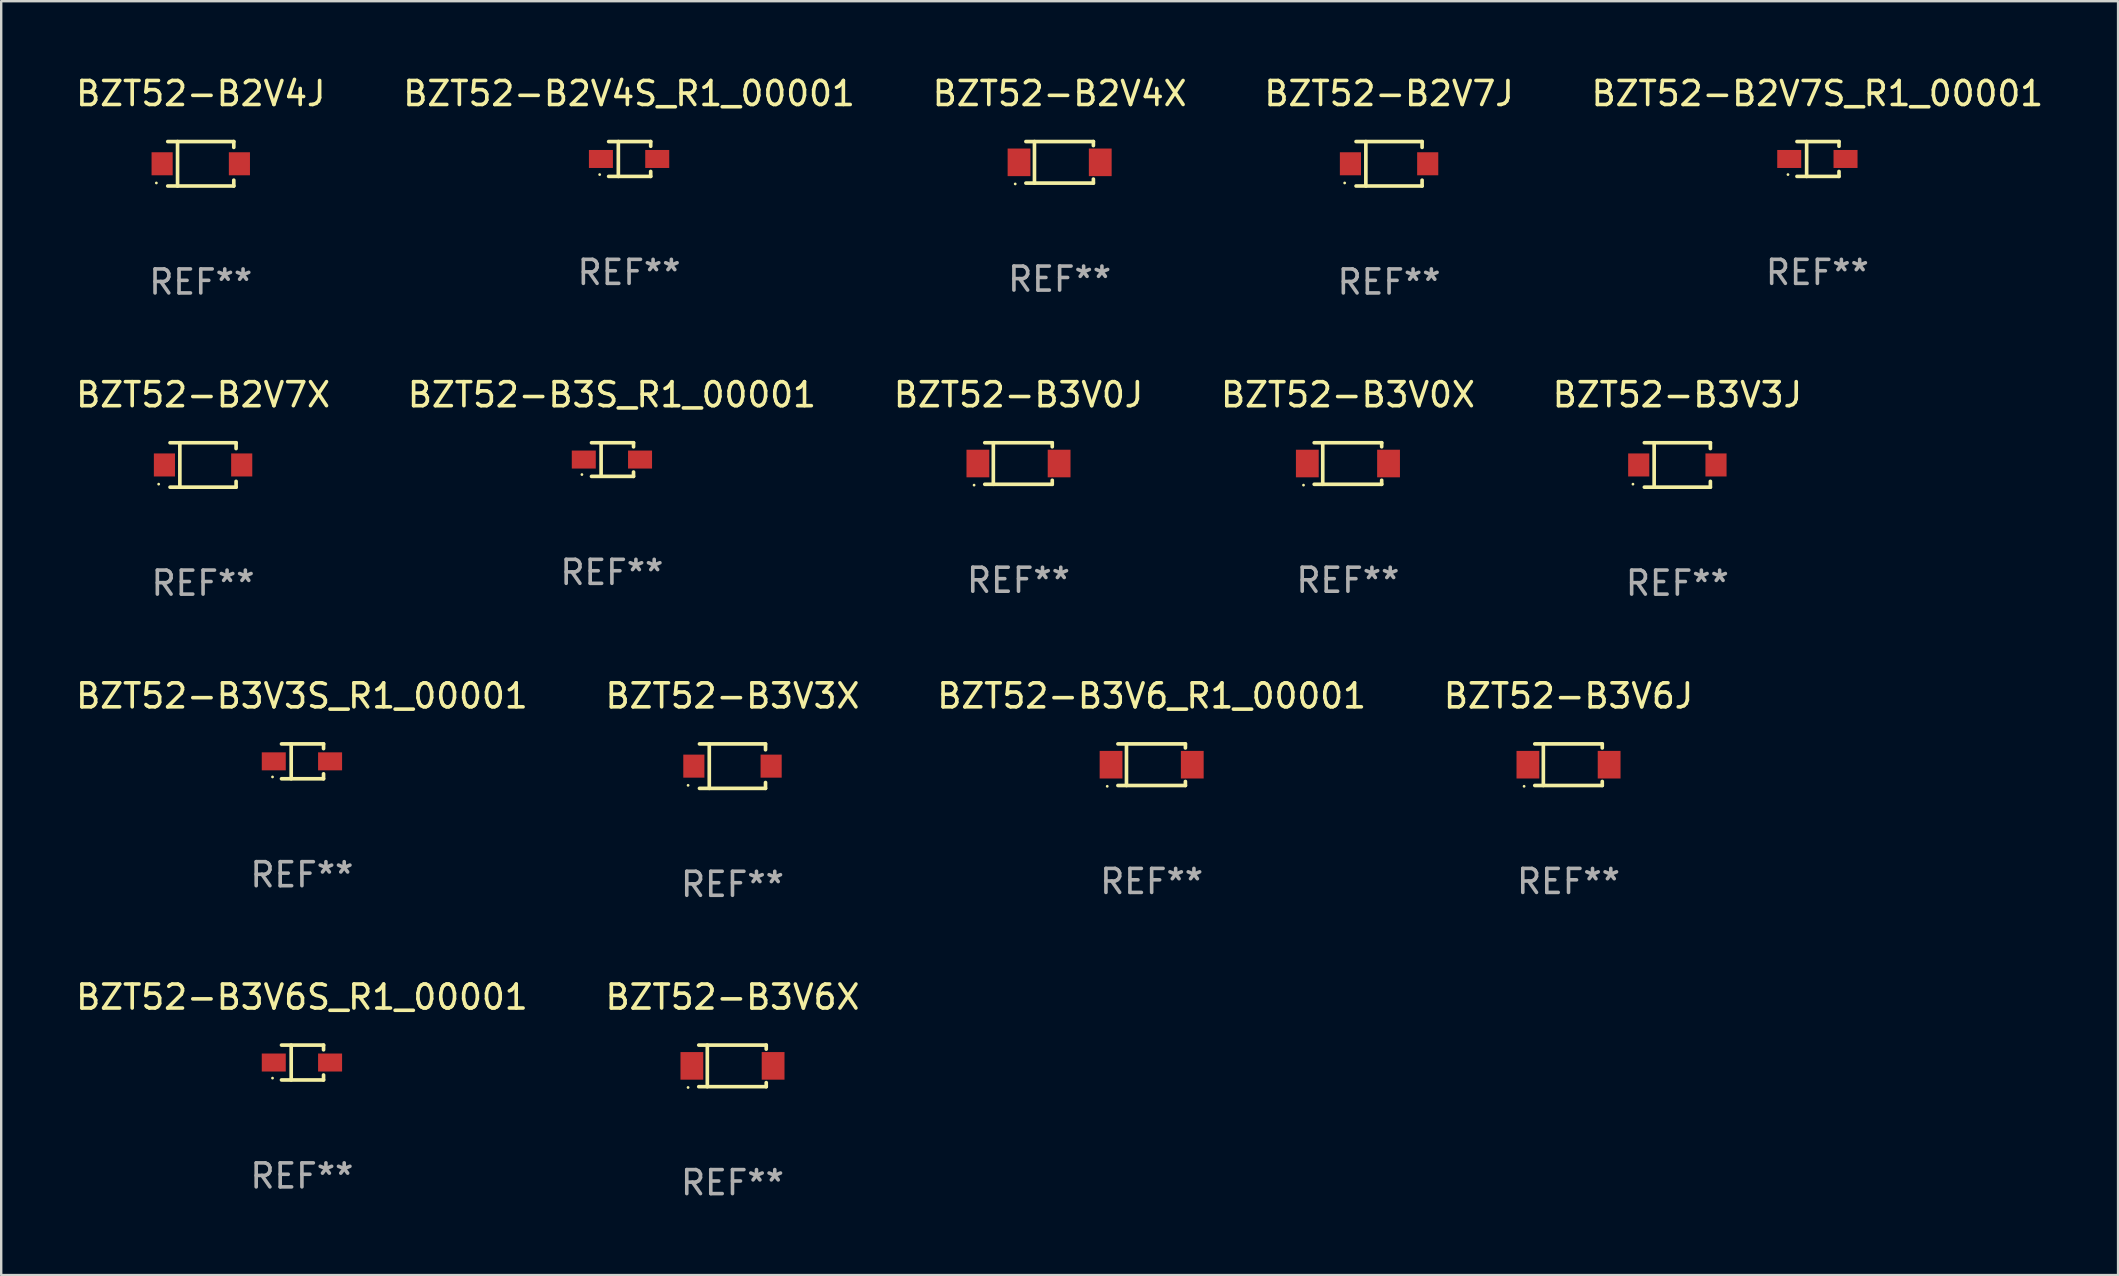
<source format=kicad_pcb>
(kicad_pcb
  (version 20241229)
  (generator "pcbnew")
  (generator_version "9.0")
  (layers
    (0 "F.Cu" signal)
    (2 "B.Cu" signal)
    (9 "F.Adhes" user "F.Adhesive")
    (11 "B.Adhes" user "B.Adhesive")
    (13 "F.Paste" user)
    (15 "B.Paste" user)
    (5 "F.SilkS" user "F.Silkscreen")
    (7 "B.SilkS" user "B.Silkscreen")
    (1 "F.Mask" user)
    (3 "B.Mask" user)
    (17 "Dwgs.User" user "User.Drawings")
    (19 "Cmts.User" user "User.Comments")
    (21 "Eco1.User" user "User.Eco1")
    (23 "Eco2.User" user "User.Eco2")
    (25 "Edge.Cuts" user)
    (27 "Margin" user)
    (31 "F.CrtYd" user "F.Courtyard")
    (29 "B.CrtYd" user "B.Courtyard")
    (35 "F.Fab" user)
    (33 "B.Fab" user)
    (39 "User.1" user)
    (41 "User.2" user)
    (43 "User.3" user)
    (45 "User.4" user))
  (footprint "BZT52-B3V3X"
    (layer "F.Cu")
    (at 27.47 28.872)
    (property "Reference" "BZT52-B3V3X" (at 0 -2.926 0) (layer "F.SilkS") (effects (font (size 1 1) (thickness 0.15))))
    (attr through_hole)
    (fp_line (start -1.376 -0.926) (end 1.376 -0.926) (stroke (width 0.152) (type solid)) (layer "F.SilkS"))
    (fp_line (start -1.376 0.926) (end 1.376 0.926) (stroke (width 0.152) (type solid)) (layer "F.SilkS"))
    (fp_line (start -0.967 -0.926) (end -0.967 0.926) (stroke (width 0.152) (type solid)) (layer "F.SilkS"))
    (fp_line (start 1.376 -0.926) (end 1.376 -0.683) (stroke (width 0.152) (type solid)) (layer "F.SilkS"))
    (fp_line (start 1.376 0.926) (end 1.376 0.683) (stroke (width 0.152) (type solid)) (layer "F.SilkS"))
    (fp_circle (center -1.85 0.8) (end -1.82 0.8) (stroke (width 0.06) (type solid)) (fill no) (layer "F.SilkS"))
    (fp_text user "REF**" (at 0 4.926 0) (layer "F.Fab") (effects (font (size 1 1) (thickness 0.15))))
    (pad "1" smd rect (at -1.61 0) (size 0.88 0.96) (layers "F.Cu" "F.Mask" "F.Paste"))
    (pad "2" smd rect (at 1.61 0) (size 0.88 0.96) (layers "F.Cu" "F.Mask" "F.Paste")))
  (footprint "BZT52-B3V0J"
    (layer "F.Cu")
    (at 39.387 16.263)
    (property "Reference" "BZT52-B3V0J" (at 0 -2.866 0) (layer "F.SilkS") (effects (font (size 1 1) (thickness 0.15))))
    (attr through_hole)
    (fp_line (start -1.406 -0.866) (end 1.406 -0.866) (stroke (width 0.152) (type solid)) (layer "F.SilkS"))
    (fp_line (start -1.406 0.866) (end 1.406 0.866) (stroke (width 0.152) (type solid)) (layer "F.SilkS"))
    (fp_line (start -1.049 -0.866) (end -1.049 0.866) (stroke (width 0.152) (type solid)) (layer "F.SilkS"))
    (fp_line (start 1.406 -0.866) (end 1.406 -0.698) (stroke (width 0.152) (type solid)) (layer "F.SilkS"))
    (fp_line (start 1.406 0.866) (end 1.406 0.698) (stroke (width 0.152) (type solid)) (layer "F.SilkS"))
    (fp_circle (center -1.851 0.9) (end -1.821 0.9) (stroke (width 0.06) (type solid)) (fill no) (layer "F.SilkS"))
    (fp_text user "REF**" (at 0 4.866 0) (layer "F.Fab") (effects (font (size 1 1) (thickness 0.15))))
    (pad "1" smd rect (at -1.692 0) (size 0.95 1.15) (layers "F.Cu" "F.Mask" "F.Paste"))
    (pad "2" smd rect (at 1.692 0) (size 0.95 1.15) (layers "F.Cu" "F.Mask" "F.Paste")))
  (footprint "BZT52-B2V4J"
    (layer "F.Cu")
    (at 5.315 3.774)
    (property "Reference" "BZT52-B2V4J" (at 0 -2.926 0) (layer "F.SilkS") (effects (font (size 1 1) (thickness 0.15))))
    (attr through_hole)
    (fp_line (start -1.376 -0.926) (end 1.376 -0.926) (stroke (width 0.152) (type solid)) (layer "F.SilkS"))
    (fp_line (start -1.376 0.926) (end 1.376 0.926) (stroke (width 0.152) (type solid)) (layer "F.SilkS"))
    (fp_line (start -0.967 -0.926) (end -0.967 0.926) (stroke (width 0.152) (type solid)) (layer "F.SilkS"))
    (fp_line (start 1.376 -0.926) (end 1.376 -0.683) (stroke (width 0.152) (type solid)) (layer "F.SilkS"))
    (fp_line (start 1.376 0.926) (end 1.376 0.683) (stroke (width 0.152) (type solid)) (layer "F.SilkS"))
    (fp_circle (center -1.85 0.8) (end -1.82 0.8) (stroke (width 0.06) (type solid)) (fill no) (layer "F.SilkS"))
    (fp_text user "REF**" (at 0 4.926 0) (layer "F.Fab") (effects (font (size 1 1) (thickness 0.15))))
    (pad "1" smd rect (at -1.61 0) (size 0.88 0.96) (layers "F.Cu" "F.Mask" "F.Paste"))
    (pad "2" smd rect (at 1.61 0) (size 0.88 0.96) (layers "F.Cu" "F.Mask" "F.Paste")))
  (footprint "BZT52-B2V4S_R1_00001"
    (layer "F.Cu")
    (at 23.161 3.574)
    (property "Reference" "BZT52-B2V4S_R1_00001" (at 0 -2.726 0) (layer "F.SilkS") (effects (font (size 1 1) (thickness 0.15))))
    (attr through_hole)
    (fp_line (start -0.851 -0.726) (end 0.901 -0.726) (stroke (width 0.152) (type solid)) (layer "F.SilkS"))
    (fp_line (start -0.851 0.726) (end 0.901 0.726) (stroke (width 0.152) (type solid)) (layer "F.SilkS"))
    (fp_line (start -0.447 -0.726) (end -0.447 0.726) (stroke (width 0.152) (type solid)) (layer "F.SilkS"))
    (fp_line (start 0.901 -0.726) (end 0.901 -0.53) (stroke (width 0.152) (type solid)) (layer "F.SilkS"))
    (fp_line (start 0.901 0.726) (end 0.901 0.52) (stroke (width 0.152) (type solid)) (layer "F.SilkS"))
    (fp_circle (center -1.225 0.65) (end -1.195 0.65) (stroke (width 0.06) (type solid)) (fill no) (layer "F.SilkS"))
    (fp_text user "REF**" (at 0 4.726 0) (layer "F.Fab") (effects (font (size 1 1) (thickness 0.15))))
    (pad "1" smd rect (at -1.173 0) (size 1 0.75) (layers "F.Cu" "F.Mask" "F.Paste"))
    (pad "2" smd rect (at 1.173 0) (size 1 0.75) (layers "F.Cu" "F.Mask" "F.Paste")))
  (footprint "BZT52-B2V7S_R1_00001"
    (layer "F.Cu")
    (at 72.673 3.574)
    (property "Reference" "BZT52-B2V7S_R1_00001" (at 0 -2.726 0) (layer "F.SilkS") (effects (font (size 1 1) (thickness 0.15))))
    (attr through_hole)
    (fp_line (start -0.851 -0.726) (end 0.901 -0.726) (stroke (width 0.152) (type solid)) (layer "F.SilkS"))
    (fp_line (start -0.851 0.726) (end 0.901 0.726) (stroke (width 0.152) (type solid)) (layer "F.SilkS"))
    (fp_line (start -0.447 -0.726) (end -0.447 0.726) (stroke (width 0.152) (type solid)) (layer "F.SilkS"))
    (fp_line (start 0.901 -0.726) (end 0.901 -0.53) (stroke (width 0.152) (type solid)) (layer "F.SilkS"))
    (fp_line (start 0.901 0.726) (end 0.901 0.52) (stroke (width 0.152) (type solid)) (layer "F.SilkS"))
    (fp_circle (center -1.225 0.65) (end -1.195 0.65) (stroke (width 0.06) (type solid)) (fill no) (layer "F.SilkS"))
    (fp_text user "REF**" (at 0 4.726 0) (layer "F.Fab") (effects (font (size 1 1) (thickness 0.15))))
    (pad "1" smd rect (at -1.173 0) (size 1 0.75) (layers "F.Cu" "F.Mask" "F.Paste"))
    (pad "2" smd rect (at 1.173 0) (size 1 0.75) (layers "F.Cu" "F.Mask" "F.Paste")))
  (footprint "BZT52-B3V6_R1_00001"
    (layer "F.Cu")
    (at 44.935 28.812)
    (property "Reference" "BZT52-B3V6_R1_00001" (at 0 -2.866 0) (layer "F.SilkS") (effects (font (size 1 1) (thickness 0.15))))
    (attr through_hole)
    (fp_line (start -1.406 -0.866) (end 1.406 -0.866) (stroke (width 0.152) (type solid)) (layer "F.SilkS"))
    (fp_line (start -1.406 0.866) (end 1.406 0.866) (stroke (width 0.152) (type solid)) (layer "F.SilkS"))
    (fp_line (start -1.049 -0.866) (end -1.049 0.866) (stroke (width 0.152) (type solid)) (layer "F.SilkS"))
    (fp_line (start 1.406 -0.866) (end 1.406 -0.698) (stroke (width 0.152) (type solid)) (layer "F.SilkS"))
    (fp_line (start 1.406 0.866) (end 1.406 0.698) (stroke (width 0.152) (type solid)) (layer "F.SilkS"))
    (fp_circle (center -1.851 0.9) (end -1.821 0.9) (stroke (width 0.06) (type solid)) (fill no) (layer "F.SilkS"))
    (fp_text user "REF**" (at 0 4.866 0) (layer "F.Fab") (effects (font (size 1 1) (thickness 0.15))))
    (pad "1" smd rect (at -1.692 0) (size 0.95 1.15) (layers "F.Cu" "F.Mask" "F.Paste"))
    (pad "2" smd rect (at 1.692 0) (size 0.95 1.15) (layers "F.Cu" "F.Mask" "F.Paste")))
  (footprint "BZT52-B2V4X"
    (layer "F.Cu")
    (at 41.101 3.714)
    (property "Reference" "BZT52-B2V4X" (at 0 -2.866 0) (layer "F.SilkS") (effects (font (size 1 1) (thickness 0.15))))
    (attr through_hole)
    (fp_line (start -1.406 -0.866) (end 1.406 -0.866) (stroke (width 0.152) (type solid)) (layer "F.SilkS"))
    (fp_line (start -1.406 0.866) (end 1.406 0.866) (stroke (width 0.152) (type solid)) (layer "F.SilkS"))
    (fp_line (start -1.049 -0.866) (end -1.049 0.866) (stroke (width 0.152) (type solid)) (layer "F.SilkS"))
    (fp_line (start 1.406 -0.866) (end 1.406 -0.698) (stroke (width 0.152) (type solid)) (layer "F.SilkS"))
    (fp_line (start 1.406 0.866) (end 1.406 0.698) (stroke (width 0.152) (type solid)) (layer "F.SilkS"))
    (fp_circle (center -1.851 0.9) (end -1.821 0.9) (stroke (width 0.06) (type solid)) (fill no) (layer "F.SilkS"))
    (fp_text user "REF**" (at 0 4.866 0) (layer "F.Fab") (effects (font (size 1 1) (thickness 0.15))))
    (pad "1" smd rect (at -1.692 0) (size 0.95 1.15) (layers "F.Cu" "F.Mask" "F.Paste"))
    (pad "2" smd rect (at 1.692 0) (size 0.95 1.15) (layers "F.Cu" "F.Mask" "F.Paste")))
  (footprint "BZT52-B3V6S_R1_00001"
    (layer "F.Cu")
    (at 9.53 41.221)
    (property "Reference" "BZT52-B3V6S_R1_00001" (at 0 -2.726 0) (layer "F.SilkS") (effects (font (size 1 1) (thickness 0.15))))
    (attr through_hole)
    (fp_line (start -0.851 -0.726) (end 0.901 -0.726) (stroke (width 0.152) (type solid)) (layer "F.SilkS"))
    (fp_line (start -0.851 0.726) (end 0.901 0.726) (stroke (width 0.152) (type solid)) (layer "F.SilkS"))
    (fp_line (start -0.447 -0.726) (end -0.447 0.726) (stroke (width 0.152) (type solid)) (layer "F.SilkS"))
    (fp_line (start 0.901 -0.726) (end 0.901 -0.53) (stroke (width 0.152) (type solid)) (layer "F.SilkS"))
    (fp_line (start 0.901 0.726) (end 0.901 0.52) (stroke (width 0.152) (type solid)) (layer "F.SilkS"))
    (fp_circle (center -1.225 0.65) (end -1.195 0.65) (stroke (width 0.06) (type solid)) (fill no) (layer "F.SilkS"))
    (fp_text user "REF**" (at 0 4.726 0) (layer "F.Fab") (effects (font (size 1 1) (thickness 0.15))))
    (pad "1" smd rect (at -1.173 0) (size 1 0.75) (layers "F.Cu" "F.Mask" "F.Paste"))
    (pad "2" smd rect (at 1.173 0) (size 1 0.75) (layers "F.Cu" "F.Mask" "F.Paste")))
  (footprint "BZT52-B2V7X"
    (layer "F.Cu")
    (at 5.411 16.323)
    (property "Reference" "BZT52-B2V7X" (at 0 -2.926 0) (layer "F.SilkS") (effects (font (size 1 1) (thickness 0.15))))
    (attr through_hole)
    (fp_line (start -1.376 -0.926) (end 1.376 -0.926) (stroke (width 0.152) (type solid)) (layer "F.SilkS"))
    (fp_line (start -1.376 0.926) (end 1.376 0.926) (stroke (width 0.152) (type solid)) (layer "F.SilkS"))
    (fp_line (start -0.967 -0.926) (end -0.967 0.926) (stroke (width 0.152) (type solid)) (layer "F.SilkS"))
    (fp_line (start 1.376 -0.926) (end 1.376 -0.683) (stroke (width 0.152) (type solid)) (layer "F.SilkS"))
    (fp_line (start 1.376 0.926) (end 1.376 0.683) (stroke (width 0.152) (type solid)) (layer "F.SilkS"))
    (fp_circle (center -1.85 0.8) (end -1.82 0.8) (stroke (width 0.06) (type solid)) (fill no) (layer "F.SilkS"))
    (fp_text user "REF**" (at 0 4.926 0) (layer "F.Fab") (effects (font (size 1 1) (thickness 0.15))))
    (pad "1" smd rect (at -1.61 0) (size 0.88 0.96) (layers "F.Cu" "F.Mask" "F.Paste"))
    (pad "2" smd rect (at 1.61 0) (size 0.88 0.96) (layers "F.Cu" "F.Mask" "F.Paste")))
  (footprint "BZT52-B2V7J"
    (layer "F.Cu")
    (at 54.827 3.774)
    (property "Reference" "BZT52-B2V7J" (at 0 -2.926 0) (layer "F.SilkS") (effects (font (size 1 1) (thickness 0.15))))
    (attr through_hole)
    (fp_line (start -1.376 -0.926) (end 1.376 -0.926) (stroke (width 0.152) (type solid)) (layer "F.SilkS"))
    (fp_line (start -1.376 0.926) (end 1.376 0.926) (stroke (width 0.152) (type solid)) (layer "F.SilkS"))
    (fp_line (start -0.967 -0.926) (end -0.967 0.926) (stroke (width 0.152) (type solid)) (layer "F.SilkS"))
    (fp_line (start 1.376 -0.926) (end 1.376 -0.683) (stroke (width 0.152) (type solid)) (layer "F.SilkS"))
    (fp_line (start 1.376 0.926) (end 1.376 0.683) (stroke (width 0.152) (type solid)) (layer "F.SilkS"))
    (fp_circle (center -1.85 0.8) (end -1.82 0.8) (stroke (width 0.06) (type solid)) (fill no) (layer "F.SilkS"))
    (fp_text user "REF**" (at 0 4.926 0) (layer "F.Fab") (effects (font (size 1 1) (thickness 0.15))))
    (pad "1" smd rect (at -1.61 0) (size 0.88 0.96) (layers "F.Cu" "F.Mask" "F.Paste"))
    (pad "2" smd rect (at 1.61 0) (size 0.88 0.96) (layers "F.Cu" "F.Mask" "F.Paste")))
  (footprint "BZT52-B3V3S_R1_00001"
    (layer "F.Cu")
    (at 9.53 28.672)
    (property "Reference" "BZT52-B3V3S_R1_00001" (at 0 -2.726 0) (layer "F.SilkS") (effects (font (size 1 1) (thickness 0.15))))
    (attr through_hole)
    (fp_line (start -0.851 -0.726) (end 0.901 -0.726) (stroke (width 0.152) (type solid)) (layer "F.SilkS"))
    (fp_line (start -0.851 0.726) (end 0.901 0.726) (stroke (width 0.152) (type solid)) (layer "F.SilkS"))
    (fp_line (start -0.447 -0.726) (end -0.447 0.726) (stroke (width 0.152) (type solid)) (layer "F.SilkS"))
    (fp_line (start 0.901 -0.726) (end 0.901 -0.53) (stroke (width 0.152) (type solid)) (layer "F.SilkS"))
    (fp_line (start 0.901 0.726) (end 0.901 0.52) (stroke (width 0.152) (type solid)) (layer "F.SilkS"))
    (fp_circle (center -1.225 0.65) (end -1.195 0.65) (stroke (width 0.06) (type solid)) (fill no) (layer "F.SilkS"))
    (fp_text user "REF**" (at 0 4.726 0) (layer "F.Fab") (effects (font (size 1 1) (thickness 0.15))))
    (pad "1" smd rect (at -1.173 0) (size 1 0.75) (layers "F.Cu" "F.Mask" "F.Paste"))
    (pad "2" smd rect (at 1.173 0) (size 1 0.75) (layers "F.Cu" "F.Mask" "F.Paste")))
  (footprint "BZT52-B3V6J"
    (layer "F.Cu")
    (at 62.304 28.812)
    (property "Reference" "BZT52-B3V6J" (at 0 -2.866 0) (layer "F.SilkS") (effects (font (size 1 1) (thickness 0.15))))
    (attr through_hole)
    (fp_line (start -1.406 -0.866) (end 1.406 -0.866) (stroke (width 0.152) (type solid)) (layer "F.SilkS"))
    (fp_line (start -1.406 0.866) (end 1.406 0.866) (stroke (width 0.152) (type solid)) (layer "F.SilkS"))
    (fp_line (start -1.049 -0.866) (end -1.049 0.866) (stroke (width 0.152) (type solid)) (layer "F.SilkS"))
    (fp_line (start 1.406 -0.866) (end 1.406 -0.698) (stroke (width 0.152) (type solid)) (layer "F.SilkS"))
    (fp_line (start 1.406 0.866) (end 1.406 0.698) (stroke (width 0.152) (type solid)) (layer "F.SilkS"))
    (fp_circle (center -1.851 0.9) (end -1.821 0.9) (stroke (width 0.06) (type solid)) (fill no) (layer "F.SilkS"))
    (fp_text user "REF**" (at 0 4.866 0) (layer "F.Fab") (effects (font (size 1 1) (thickness 0.15))))
    (pad "1" smd rect (at -1.692 0) (size 0.95 1.15) (layers "F.Cu" "F.Mask" "F.Paste"))
    (pad "2" smd rect (at 1.692 0) (size 0.95 1.15) (layers "F.Cu" "F.Mask" "F.Paste")))
  (footprint "BZT52-B3S_R1_00001"
    (layer "F.Cu")
    (at 22.446 16.098)
    (property "Reference" "BZT52-B3S_R1_00001" (at 0 -2.701 0) (layer "F.SilkS") (effects (font (size 1 1) (thickness 0.15))))
    (attr through_hole)
    (fp_line (start -0.851 -0.701) (end 0.901 -0.701) (stroke (width 0.152) (type solid)) (layer "F.SilkS"))
    (fp_line (start -0.851 0.701) (end 0.901 0.701) (stroke (width 0.152) (type solid)) (layer "F.SilkS"))
    (fp_line (start -0.45 -0.7) (end -0.45 0.69) (stroke (width 0.152) (type solid)) (layer "F.SilkS"))
    (fp_line (start 0.9 -0.7) (end 0.901 -0.53) (stroke (width 0.152) (type solid)) (layer "F.SilkS"))
    (fp_line (start 0.9 0.7) (end 0.901 0.52) (stroke (width 0.152) (type solid)) (layer "F.SilkS"))
    (fp_circle (center -1.25 0.625) (end -1.22 0.625) (stroke (width 0.06) (type solid)) (fill no) (layer "F.SilkS"))
    (fp_text user "REF**" (at 0 4.701 0) (layer "F.Fab") (effects (font (size 1 1) (thickness 0.15))))
    (pad "1" smd rect (at -1.172 -0.000102) (size 1 0.75) (layers "F.Cu" "F.Mask" "F.Paste"))
    (pad "2" smd rect (at 1.172 -0.000102) (size 1 0.75) (layers "F.Cu" "F.Mask" "F.Paste")))
  (footprint "BZT52-B3V3J"
    (layer "F.Cu")
    (at 66.839 16.323)
    (property "Reference" "BZT52-B3V3J" (at 0 -2.926 0) (layer "F.SilkS") (effects (font (size 1 1) (thickness 0.15))))
    (attr through_hole)
    (fp_line (start -1.376 -0.926) (end 1.376 -0.926) (stroke (width 0.152) (type solid)) (layer "F.SilkS"))
    (fp_line (start -1.376 0.926) (end 1.376 0.926) (stroke (width 0.152) (type solid)) (layer "F.SilkS"))
    (fp_line (start -0.967 -0.926) (end -0.967 0.926) (stroke (width 0.152) (type solid)) (layer "F.SilkS"))
    (fp_line (start 1.376 -0.926) (end 1.376 -0.683) (stroke (width 0.152) (type solid)) (layer "F.SilkS"))
    (fp_line (start 1.376 0.926) (end 1.376 0.683) (stroke (width 0.152) (type solid)) (layer "F.SilkS"))
    (fp_circle (center -1.85 0.8) (end -1.82 0.8) (stroke (width 0.06) (type solid)) (fill no) (layer "F.SilkS"))
    (fp_text user "REF**" (at 0 4.926 0) (layer "F.Fab") (effects (font (size 1 1) (thickness 0.15))))
    (pad "1" smd rect (at -1.61 0) (size 0.88 0.96) (layers "F.Cu" "F.Mask" "F.Paste"))
    (pad "2" smd rect (at 1.61 0) (size 0.88 0.96) (layers "F.Cu" "F.Mask" "F.Paste")))
  (footprint "BZT52-B3V0X"
    (layer "F.Cu")
    (at 53.113 16.263)
    (property "Reference" "BZT52-B3V0X" (at 0 -2.866 0) (layer "F.SilkS") (effects (font (size 1 1) (thickness 0.15))))
    (attr through_hole)
    (fp_line (start -1.406 -0.866) (end 1.406 -0.866) (stroke (width 0.152) (type solid)) (layer "F.SilkS"))
    (fp_line (start -1.406 0.866) (end 1.406 0.866) (stroke (width 0.152) (type solid)) (layer "F.SilkS"))
    (fp_line (start -1.049 -0.866) (end -1.049 0.866) (stroke (width 0.152) (type solid)) (layer "F.SilkS"))
    (fp_line (start 1.406 -0.866) (end 1.406 -0.698) (stroke (width 0.152) (type solid)) (layer "F.SilkS"))
    (fp_line (start 1.406 0.866) (end 1.406 0.698) (stroke (width 0.152) (type solid)) (layer "F.SilkS"))
    (fp_circle (center -1.851 0.9) (end -1.821 0.9) (stroke (width 0.06) (type solid)) (fill no) (layer "F.SilkS"))
    (fp_text user "REF**" (at 0 4.866 0) (layer "F.Fab") (effects (font (size 1 1) (thickness 0.15))))
    (pad "1" smd rect (at -1.692 0) (size 0.95 1.15) (layers "F.Cu" "F.Mask" "F.Paste"))
    (pad "2" smd rect (at 1.692 0) (size 0.95 1.15) (layers "F.Cu" "F.Mask" "F.Paste")))
  (footprint "BZT52-B3V6X"
    (layer "F.Cu")
    (at 27.47 41.361)
    (property "Reference" "BZT52-B3V6X" (at 0 -2.866 0) (layer "F.SilkS") (effects (font (size 1 1) (thickness 0.15))))
    (attr through_hole)
    (fp_line (start -1.406 -0.866) (end 1.406 -0.866) (stroke (width 0.152) (type solid)) (layer "F.SilkS"))
    (fp_line (start -1.406 0.866) (end 1.406 0.866) (stroke (width 0.152) (type solid)) (layer "F.SilkS"))
    (fp_line (start -1.049 -0.866) (end -1.049 0.866) (stroke (width 0.152) (type solid)) (layer "F.SilkS"))
    (fp_line (start 1.406 -0.866) (end 1.406 -0.698) (stroke (width 0.152) (type solid)) (layer "F.SilkS"))
    (fp_line (start 1.406 0.866) (end 1.406 0.698) (stroke (width 0.152) (type solid)) (layer "F.SilkS"))
    (fp_circle (center -1.851 0.9) (end -1.821 0.9) (stroke (width 0.06) (type solid)) (fill no) (layer "F.SilkS"))
    (fp_text user "REF**" (at 0 4.866 0) (layer "F.Fab") (effects (font (size 1 1) (thickness 0.15))))
    (pad "1" smd rect (at -1.692 0) (size 0.95 1.15) (layers "F.Cu" "F.Mask" "F.Paste"))
    (pad "2" smd rect (at 1.692 0) (size 0.95 1.15) (layers "F.Cu" "F.Mask" "F.Paste")))
  (gr_rect
    (start -3 -3)
    (end 85.202 50.076)
    (stroke (width 0.1) (type default))
    (fill no)
    (layer "Edge.Cuts")))
</source>
